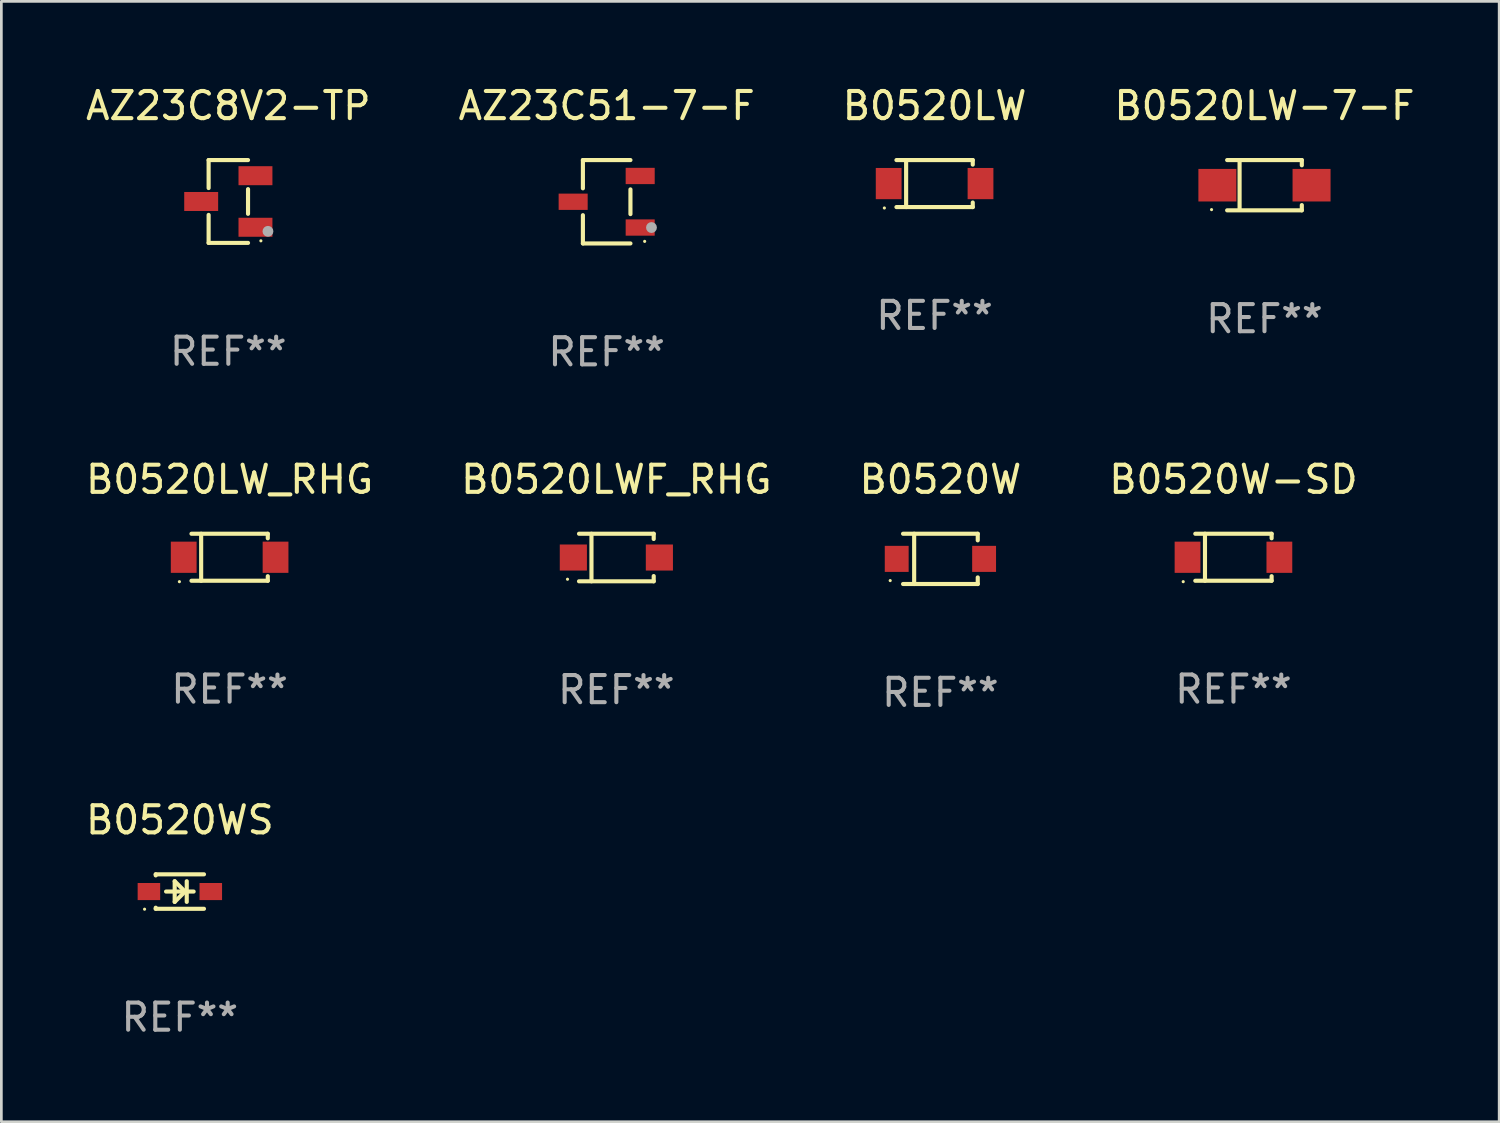
<source format=kicad_pcb>
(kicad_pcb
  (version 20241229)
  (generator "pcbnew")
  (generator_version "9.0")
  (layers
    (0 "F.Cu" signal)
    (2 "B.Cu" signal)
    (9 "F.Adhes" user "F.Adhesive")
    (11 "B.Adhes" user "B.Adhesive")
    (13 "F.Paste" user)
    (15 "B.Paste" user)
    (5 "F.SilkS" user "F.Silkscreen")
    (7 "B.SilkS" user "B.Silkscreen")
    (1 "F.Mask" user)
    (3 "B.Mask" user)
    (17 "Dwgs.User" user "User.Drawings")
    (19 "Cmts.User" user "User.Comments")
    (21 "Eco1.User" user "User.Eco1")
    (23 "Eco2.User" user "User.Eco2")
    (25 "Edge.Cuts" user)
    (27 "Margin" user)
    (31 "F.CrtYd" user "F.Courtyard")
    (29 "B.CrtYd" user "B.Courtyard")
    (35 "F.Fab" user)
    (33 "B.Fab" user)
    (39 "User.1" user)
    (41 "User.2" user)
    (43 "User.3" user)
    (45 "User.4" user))
  (footprint "AZ23C8V2-TP"
    (layer "F.Cu")
    (at 5.363 4.374)
    (property "Reference" "AZ23C8V2-TP" (at 0 -3.526 0) (layer "F.SilkS") (effects (font (size 1 1) (thickness 0.15))))
    (attr through_hole)
    (fp_line (start -0.726 -1.526) (end -0.726 -0.495) (stroke (width 0.152) (type solid)) (layer "F.SilkS"))
    (fp_line (start -0.726 1.526) (end -0.726 0.495) (stroke (width 0.152) (type solid)) (layer "F.SilkS"))
    (fp_line (start 0.726 -1.526) (end -0.726 -1.526) (stroke (width 0.152) (type solid)) (layer "F.SilkS"))
    (fp_line (start 0.726 -0.455) (end 0.726 0.455) (stroke (width 0.152) (type solid)) (layer "F.SilkS"))
    (fp_line (start 0.726 1.526) (end -0.726 1.526) (stroke (width 0.152) (type solid)) (layer "F.SilkS"))
    (fp_circle (center 1.2 1.45) (end 1.23 1.45) (stroke (width 0.06) (type solid)) (fill no) (layer "F.SilkS"))
    (fp_circle (center 1.46 1.1) (end 1.56 1.1) (stroke (width 0.2) (type solid)) (fill no) (layer "F.Fab"))
    (fp_text user "REF**" (at 0 5.526 0) (layer "F.Fab") (effects (font (size 1 1) (thickness 0.15))))
    (pad "1" smd rect (at 1 0.95) (size 1.25 0.7) (layers "F.Cu" "F.Mask" "F.Paste"))
    (pad "2" smd rect (at 1 -0.95) (size 1.25 0.7) (layers "F.Cu" "F.Mask" "F.Paste"))
    (pad "3" smd rect (at -1 0) (size 1.25 0.7) (layers "F.Cu" "F.Mask" "F.Paste")))
  (footprint "B0520W"
    (layer "F.Cu")
    (at 31.601 17.543)
    (property "Reference" "B0520W" (at 0 -2.926 0) (layer "F.SilkS") (effects (font (size 1 1) (thickness 0.15))))
    (attr through_hole)
    (fp_line (start -1.376 -0.926) (end 1.376 -0.926) (stroke (width 0.152) (type solid)) (layer "F.SilkS"))
    (fp_line (start -1.376 0.926) (end 1.376 0.926) (stroke (width 0.152) (type solid)) (layer "F.SilkS"))
    (fp_line (start -0.967 -0.926) (end -0.967 0.926) (stroke (width 0.152) (type solid)) (layer "F.SilkS"))
    (fp_line (start 1.376 -0.926) (end 1.376 -0.683) (stroke (width 0.152) (type solid)) (layer "F.SilkS"))
    (fp_line (start 1.376 0.926) (end 1.376 0.683) (stroke (width 0.152) (type solid)) (layer "F.SilkS"))
    (fp_circle (center -1.85 0.8) (end -1.82 0.8) (stroke (width 0.06) (type solid)) (fill no) (layer "F.SilkS"))
    (fp_text user "REF**" (at 0 4.926 0) (layer "F.Fab") (effects (font (size 1 1) (thickness 0.15))))
    (pad "1" smd rect (at -1.61 0) (size 0.88 0.96) (layers "F.Cu" "F.Mask" "F.Paste"))
    (pad "2" smd rect (at 1.61 0) (size 0.88 0.96) (layers "F.Cu" "F.Mask" "F.Paste")))
  (footprint "B0520W-SD"
    (layer "F.Cu")
    (at 42.399 17.483)
    (property "Reference" "B0520W-SD" (at 0 -2.866 0) (layer "F.SilkS") (effects (font (size 1 1) (thickness 0.15))))
    (attr through_hole)
    (fp_line (start -1.406 -0.866) (end 1.406 -0.866) (stroke (width 0.152) (type solid)) (layer "F.SilkS"))
    (fp_line (start -1.406 0.866) (end 1.406 0.866) (stroke (width 0.152) (type solid)) (layer "F.SilkS"))
    (fp_line (start -1.049 -0.866) (end -1.049 0.866) (stroke (width 0.152) (type solid)) (layer "F.SilkS"))
    (fp_line (start 1.406 -0.866) (end 1.406 -0.698) (stroke (width 0.152) (type solid)) (layer "F.SilkS"))
    (fp_line (start 1.406 0.866) (end 1.406 0.698) (stroke (width 0.152) (type solid)) (layer "F.SilkS"))
    (fp_circle (center -1.851 0.9) (end -1.821 0.9) (stroke (width 0.06) (type solid)) (fill no) (layer "F.SilkS"))
    (fp_text user "REF**" (at 0 4.866 0) (layer "F.Fab") (effects (font (size 1 1) (thickness 0.15))))
    (pad "1" smd rect (at -1.692 0) (size 0.95 1.15) (layers "F.Cu" "F.Mask" "F.Paste"))
    (pad "2" smd rect (at 1.692 0) (size 0.95 1.15) (layers "F.Cu" "F.Mask" "F.Paste")))
  (footprint "AZ23C51-7-F"
    (layer "F.Cu")
    (at 19.304 4.384)
    (property "Reference" "AZ23C51-7-F" (at 0 -3.536 0) (layer "F.SilkS") (effects (font (size 1 1) (thickness 0.15))))
    (attr through_hole)
    (fp_line (start -0.876 -1.536) (end -0.876 -0.495) (stroke (width 0.152) (type solid)) (layer "F.SilkS"))
    (fp_line (start -0.876 1.536) (end -0.876 0.495) (stroke (width 0.152) (type solid)) (layer "F.SilkS"))
    (fp_line (start 0.876 -1.536) (end -0.876 -1.536) (stroke (width 0.152) (type solid)) (layer "F.SilkS"))
    (fp_line (start 0.876 -0.455) (end 0.876 0.455) (stroke (width 0.152) (type solid)) (layer "F.SilkS"))
    (fp_line (start 0.876 1.536) (end -0.876 1.536) (stroke (width 0.152) (type solid)) (layer "F.SilkS"))
    (fp_circle (center 1.4 1.46) (end 1.43 1.46) (stroke (width 0.06) (type solid)) (fill no) (layer "F.SilkS"))
    (fp_circle (center 1.651 0.95) (end 1.751 0.95) (stroke (width 0.2) (type solid)) (fill no) (layer "F.Fab"))
    (fp_text user "REF**" (at 0 5.536 0) (layer "F.Fab") (effects (font (size 1 1) (thickness 0.15))))
    (pad "1" smd rect (at 1.235 0.95) (size 1.07 0.6) (layers "F.Cu" "F.Mask" "F.Paste"))
    (pad "2" smd rect (at 1.235 -0.95) (size 1.07 0.6) (layers "F.Cu" "F.Mask" "F.Paste"))
    (pad "3" smd rect (at -1.235 0) (size 1.07 0.6) (layers "F.Cu" "F.Mask" "F.Paste")))
  (footprint "B0520LW"
    (layer "F.Cu")
    (at 31.387 3.714)
    (property "Reference" "B0520LW" (at 0 -2.866 0) (layer "F.SilkS") (effects (font (size 1 1) (thickness 0.15))))
    (attr through_hole)
    (fp_line (start -1.406 -0.866) (end 1.406 -0.866) (stroke (width 0.152) (type solid)) (layer "F.SilkS"))
    (fp_line (start -1.406 0.866) (end 1.406 0.866) (stroke (width 0.152) (type solid)) (layer "F.SilkS"))
    (fp_line (start -1.049 -0.866) (end -1.049 0.866) (stroke (width 0.152) (type solid)) (layer "F.SilkS"))
    (fp_line (start 1.406 -0.866) (end 1.406 -0.698) (stroke (width 0.152) (type solid)) (layer "F.SilkS"))
    (fp_line (start 1.406 0.866) (end 1.406 0.698) (stroke (width 0.152) (type solid)) (layer "F.SilkS"))
    (fp_circle (center -1.851 0.9) (end -1.821 0.9) (stroke (width 0.06) (type solid)) (fill no) (layer "F.SilkS"))
    (fp_text user "REF**" (at 0 4.866 0) (layer "F.Fab") (effects (font (size 1 1) (thickness 0.15))))
    (pad "1" smd rect (at -1.692 0) (size 0.95 1.15) (layers "F.Cu" "F.Mask" "F.Paste"))
    (pad "2" smd rect (at 1.692 0) (size 0.95 1.15) (layers "F.Cu" "F.Mask" "F.Paste")))
  (footprint "B0520LW-7-F"
    (layer "F.Cu")
    (at 43.542 3.774)
    (property "Reference" "B0520LW-7-F" (at 0 -2.926 0) (layer "F.SilkS") (effects (font (size 1 1) (thickness 0.15))))
    (attr through_hole)
    (fp_line (start -1.376 -0.926) (end 1.376 -0.926) (stroke (width 0.152) (type solid)) (layer "F.SilkS"))
    (fp_line (start -1.376 0.926) (end 1.376 0.926) (stroke (width 0.152) (type solid)) (layer "F.SilkS"))
    (fp_line (start -0.917 -0.876) (end -0.917 0.876) (stroke (width 0.152) (type solid)) (layer "F.SilkS"))
    (fp_line (start 1.376 -0.926) (end 1.376 -0.733) (stroke (width 0.152) (type solid)) (layer "F.SilkS"))
    (fp_line (start 1.376 0.926) (end 1.376 0.733) (stroke (width 0.152) (type solid)) (layer "F.SilkS"))
    (fp_circle (center -1.95 0.9) (end -1.92 0.9) (stroke (width 0.06) (type solid)) (fill no) (layer "F.SilkS"))
    (fp_text user "REF**" (at 0 4.926 0) (layer "F.Fab") (effects (font (size 1 1) (thickness 0.15))))
    (pad "1" smd rect (at -1.735 0) (size 1.4 1.2) (layers "F.Cu" "F.Mask" "F.Paste"))
    (pad "2" smd rect (at 1.735 0) (size 1.4 1.2) (layers "F.Cu" "F.Mask" "F.Paste")))
  (footprint "B0520LWF_RHG"
    (layer "F.Cu")
    (at 19.661 17.493)
    (property "Reference" "B0520LWF_RHG" (at 0 -2.876 0) (layer "F.SilkS") (effects (font (size 1 1) (thickness 0.15))))
    (attr through_hole)
    (fp_line (start -1.376 -0.876) (end 1.376 -0.876) (stroke (width 0.152) (type solid)) (layer "F.SilkS"))
    (fp_line (start -1.376 0.876) (end 1.376 0.876) (stroke (width 0.152) (type solid)) (layer "F.SilkS"))
    (fp_line (start -0.917 -0.876) (end -0.917 0.876) (stroke (width 0.152) (type solid)) (layer "F.SilkS"))
    (fp_line (start 1.376 -0.876) (end 1.376 -0.683) (stroke (width 0.152) (type solid)) (layer "F.SilkS"))
    (fp_line (start 1.376 0.876) (end 1.376 0.683) (stroke (width 0.152) (type solid)) (layer "F.SilkS"))
    (fp_circle (center -1.8 0.8) (end -1.77 0.8) (stroke (width 0.06) (type solid)) (fill no) (layer "F.SilkS"))
    (fp_text user "REF**" (at 0 4.876 0) (layer "F.Fab") (effects (font (size 1 1) (thickness 0.15))))
    (pad "1" smd rect (at -1.585 0) (size 1 0.96) (layers "F.Cu" "F.Mask" "F.Paste"))
    (pad "2" smd rect (at 1.585 0) (size 1 0.96) (layers "F.Cu" "F.Mask" "F.Paste")))
  (footprint "B0520LW_RHG"
    (layer "F.Cu")
    (at 5.411 17.483)
    (property "Reference" "B0520LW_RHG" (at 0 -2.866 0) (layer "F.SilkS") (effects (font (size 1 1) (thickness 0.15))))
    (attr through_hole)
    (fp_line (start -1.406 -0.866) (end 1.406 -0.866) (stroke (width 0.152) (type solid)) (layer "F.SilkS"))
    (fp_line (start -1.406 0.866) (end 1.406 0.866) (stroke (width 0.152) (type solid)) (layer "F.SilkS"))
    (fp_line (start -1.049 -0.866) (end -1.049 0.866) (stroke (width 0.152) (type solid)) (layer "F.SilkS"))
    (fp_line (start 1.406 -0.866) (end 1.406 -0.698) (stroke (width 0.152) (type solid)) (layer "F.SilkS"))
    (fp_line (start 1.406 0.866) (end 1.406 0.698) (stroke (width 0.152) (type solid)) (layer "F.SilkS"))
    (fp_circle (center -1.851 0.9) (end -1.821 0.9) (stroke (width 0.06) (type solid)) (fill no) (layer "F.SilkS"))
    (fp_text user "REF**" (at 0 4.866 0) (layer "F.Fab") (effects (font (size 1 1) (thickness 0.15))))
    (pad "1" smd rect (at -1.692 0) (size 0.95 1.15) (layers "F.Cu" "F.Mask" "F.Paste"))
    (pad "2" smd rect (at 1.692 0) (size 0.95 1.15) (layers "F.Cu" "F.Mask" "F.Paste")))
  (footprint "B0520WS"
    (layer "F.Cu")
    (at 3.577 29.801)
    (property "Reference" "B0520WS" (at 0 -2.635 0) (layer "F.SilkS") (effects (font (size 1 1) (thickness 0.15))))
    (attr through_hole)
    (fp_line (start -0.889 -0.635) (end -0.889 -0.595) (stroke (width 0.152) (type solid)) (layer "F.SilkS"))
    (fp_line (start -0.889 -0.635) (end 0.889 -0.635) (stroke (width 0.152) (type solid)) (layer "F.SilkS"))
    (fp_line (start -0.889 0.595) (end -0.889 0.635) (stroke (width 0.152) (type solid)) (layer "F.SilkS"))
    (fp_line (start -0.889 0.635) (end 0.889 0.635) (stroke (width 0.152) (type solid)) (layer "F.SilkS"))
    (fp_line (start -0.508 0.000025) (end 0.508 0.000025) (stroke (width 0.152) (type solid)) (layer "F.SilkS"))
    (fp_line (start -0.19 -0.381) (end 0.191 0.000025) (stroke (width 0.152) (type solid)) (layer "F.SilkS"))
    (fp_line (start -0.19 0.381) (end -0.19 -0.381) (stroke (width 0.152) (type solid)) (layer "F.SilkS"))
    (fp_line (start 0.191 0.000025) (end -0.19 0.381) (stroke (width 0.152) (type solid)) (layer "F.SilkS"))
    (fp_line (start 0.254 0.381) (end 0.254 -0.381) (stroke (width 0.152) (type solid)) (layer "F.SilkS"))
    (fp_circle (center -1.3 0.65) (end -1.27 0.65) (stroke (width 0.06) (type solid)) (fill no) (layer "F.SilkS"))
    (fp_text user "REF**" (at 0 4.635 0) (layer "F.Fab") (effects (font (size 1 1) (thickness 0.15))))
    (pad "1" smd rect (at -1.14 0 90) (size 0.63 0.83) (layers "F.Cu" "F.Mask" "F.Paste"))
    (pad "2" smd rect (at 1.14 0 90) (size 0.63 0.83) (layers "F.Cu" "F.Mask" "F.Paste")))
  (gr_rect
    (start -3 -3)
    (end 52.19 38.284)
    (stroke (width 0.1) (type default))
    (fill no)
    (layer "Edge.Cuts")))
</source>
